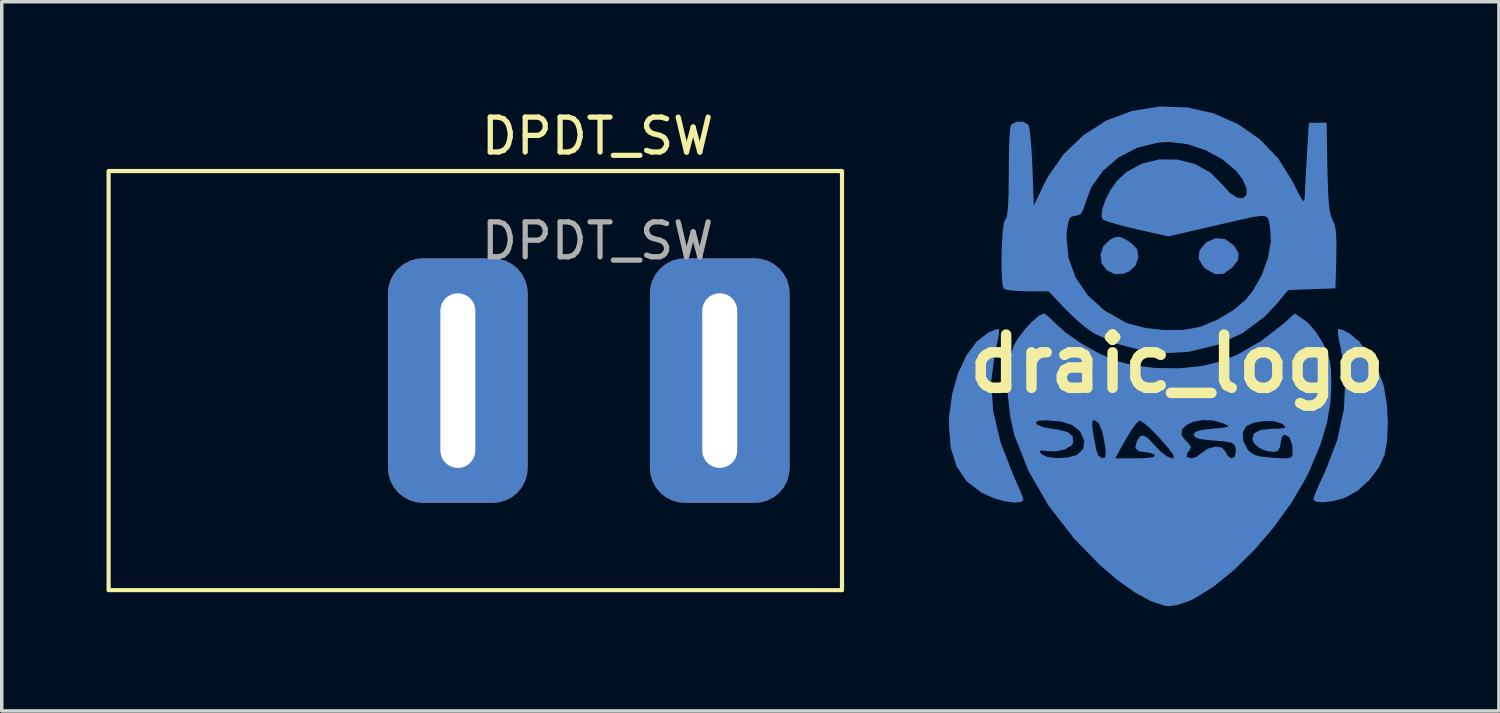
<source format=kicad_pcb>
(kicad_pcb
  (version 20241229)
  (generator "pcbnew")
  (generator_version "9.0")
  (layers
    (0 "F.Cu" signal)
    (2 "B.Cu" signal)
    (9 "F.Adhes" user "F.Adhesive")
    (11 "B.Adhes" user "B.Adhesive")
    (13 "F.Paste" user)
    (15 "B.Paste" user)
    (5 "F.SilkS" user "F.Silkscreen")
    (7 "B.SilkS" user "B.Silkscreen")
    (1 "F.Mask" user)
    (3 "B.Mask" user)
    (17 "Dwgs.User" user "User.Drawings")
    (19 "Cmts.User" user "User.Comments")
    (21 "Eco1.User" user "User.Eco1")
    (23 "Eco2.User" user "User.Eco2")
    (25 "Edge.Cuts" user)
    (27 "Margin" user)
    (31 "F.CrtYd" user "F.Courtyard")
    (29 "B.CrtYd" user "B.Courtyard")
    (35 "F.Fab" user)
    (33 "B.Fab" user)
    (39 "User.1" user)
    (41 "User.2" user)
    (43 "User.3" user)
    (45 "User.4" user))
  (footprint "draic_logo"
    (layer "F.Cu")
    (at 30.491 7.365)
    (property "Reference" "draic_logo" (at 0.167 0 0) (layer "F.SilkS") (effects (font (size 1.524 1.524) (thickness 0.3))))
    (attr board_only exclude_from_pos_files exclude_from_bom)
    (fp_poly (pts (xy 0.991 -3.47) (xy 0.803 -3.243) (xy 0.78 -3.003) (xy 0.921 -2.771) (xy 0.985 -2.715) (xy 1.254 -2.565) (xy 1.496 -2.575) (xy 1.739 -2.748) (xy 1.74 -2.748) (xy 1.909 -2.967) (xy 1.928 -3.161) (xy 1.8 -3.373) (xy 1.799 -3.374) (xy 1.546 -3.566) (xy 1.266 -3.598)) (stroke (width 0) (type solid)) (fill yes) (layer "B.Cu"))
    (fp_poly (pts (xy -1.631 -3.617) (xy -1.757 -3.553) (xy -1.946 -3.369) (xy -2.029 -3.122) (xy -1.998 -2.871) (xy -1.849 -2.675) (xy -1.848 -2.675) (xy -1.61 -2.561) (xy -1.367 -2.578) (xy -1.205 -2.644) (xy -1.03 -2.806) (xy -0.945 -3.038) (xy -0.975 -3.265) (xy -0.991 -3.294) (xy -1.125 -3.434) (xy -1.3 -3.556) (xy -1.479 -3.636)) (stroke (width 0) (type solid)) (fill yes) (layer "B.Cu"))
    (fp_poly (pts (xy -5.032 -0.979) (xy -5.211 -0.908) (xy -5.243 -0.892) (xy -5.58 -0.631) (xy -5.872 -0.232) (xy -6.108 0.275) (xy -6.276 0.861) (xy -6.362 1.496) (xy -6.371 1.751) (xy -6.318 2.408) (xy -6.148 2.946) (xy -5.857 3.372) (xy -5.44 3.691) (xy -5.075 3.854) (xy -4.779 3.937) (xy -4.512 3.974) (xy -4.315 3.965) (xy -4.234 3.906) (xy -4.233 3.901) (xy -4.267 3.792) (xy -4.356 3.572) (xy -4.483 3.284) (xy -4.521 3.2) (xy -4.892 2.247) (xy -5.104 1.341) (xy -5.157 0.483) (xy -5.05 -0.322) (xy -5.039 -0.365) (xy -4.973 -0.657) (xy -4.936 -0.878) (xy -4.935 -0.984) (xy -4.937 -0.986)) (stroke (width 0) (type solid)) (fill yes) (layer "B.Cu"))
    (fp_poly (pts (xy 4.771 -0.989) (xy 4.766 -0.89) (xy 4.799 -0.674) (xy 4.86 -0.402) (xy 4.98 0.419) (xy 4.943 1.283) (xy 4.752 2.175) (xy 4.407 3.081) (xy 4.361 3.179) (xy 4.222 3.479) (xy 4.118 3.724) (xy 4.067 3.871) (xy 4.064 3.888) (xy 4.138 3.953) (xy 4.33 3.969) (xy 4.597 3.939) (xy 4.898 3.864) (xy 4.968 3.841) (xy 5.323 3.644) (xy 5.665 3.335) (xy 5.943 2.967) (xy 6.105 2.611) (xy 6.179 2.183) (xy 6.2 1.666) (xy 6.168 1.132) (xy 6.085 0.652) (xy 6.064 0.572) (xy 5.894 0.137) (xy 5.654 -0.282) (xy 5.378 -0.635) (xy 5.099 -0.872) (xy 5.089 -0.878) (xy 4.902 -0.969) (xy 4.782 -0.995)) (stroke (width 0) (type solid)) (fill yes) (layer "B.Cu"))
    (fp_poly (pts (xy -1.136 -7.237) (xy -1.14 -7.236) (xy -1.864 -6.962) (xy -2.52 -6.544) (xy -3.086 -5.999) (xy -3.541 -5.345) (xy -3.665 -5.104) (xy -3.937 -4.53) (xy -3.979 -5.63) (xy -4 -6.052) (xy -4.027 -6.416) (xy -4.057 -6.687) (xy -4.086 -6.829) (xy -4.09 -6.837) (xy -4.229 -6.926) (xy -4.418 -6.932) (xy -4.572 -6.859) (xy -4.605 -6.809) (xy -4.623 -6.68) (xy -4.639 -6.415) (xy -4.65 -6.049) (xy -4.656 -5.614) (xy -4.657 -5.419) (xy -4.662 -4.869) (xy -4.678 -4.478) (xy -4.707 -4.236) (xy -4.747 -4.134) (xy -4.755 -4.13) (xy -4.794 -4.038) (xy -4.826 -3.818) (xy -4.849 -3.512) (xy -4.862 -3.162) (xy -4.864 -2.808) (xy -4.854 -2.493) (xy -4.832 -2.258) (xy -4.798 -2.146) (xy -4.683 -2.11) (xy -4.449 -2.085) (xy -4.143 -2.073) (xy -4.12 -2.073) (xy -3.514 -2.072) (xy -3.049 -1.578) (xy -2.772 -1.306) (xy -2.48 -1.056) (xy -2.233 -0.879) (xy -2.221 -0.871) (xy -1.566 -0.572) (xy -0.834 -0.379) (xy -0.083 -0.305) (xy 0.516 -0.343) (xy 1.317 -0.541) (xy 2.04 -0.877) (xy 2.666 -1.342) (xy 3.006 -1.7) (xy 3.344 -2.11) (xy 4.022 -2.134) (xy 4.699 -2.159) (xy 4.723 -3.037) (xy 4.729 -3.479) (xy 4.726 -3.521) (xy 2.851 -3.521) (xy 2.768 -3.034) (xy 2.588 -2.538) (xy 2.327 -2.079) (xy 2.129 -1.834) (xy 1.782 -1.54) (xy 1.338 -1.272) (xy 0.866 -1.072) (xy 0.768 -1.042) (xy 0.324 -0.969) (xy -0.2 -0.965) (xy -0.731 -1.023) (xy -1.197 -1.139) (xy -1.31 -1.182) (xy -1.906 -1.519) (xy -2.386 -1.951) (xy -2.737 -2.461) (xy -2.946 -3.029) (xy -3.003 -3.637) (xy -2.988 -3.825) (xy -2.948 -4.073) (xy -2.889 -4.195) (xy -2.785 -4.232) (xy -2.747 -4.233) (xy -2.598 -4.276) (xy -2.513 -4.431) (xy -2.494 -4.508) (xy -2.294 -5.051) (xy -1.958 -5.523) (xy -1.512 -5.907) (xy -0.981 -6.183) (xy -0.39 -6.33) (xy -0.078 -6.35) (xy 0.454 -6.287) (xy 0.984 -6.112) (xy 1.467 -5.849) (xy 1.856 -5.52) (xy 2.033 -5.291) (xy 2.154 -5.019) (xy 2.152 -4.833) (xy 2.054 -4.743) (xy 1.888 -4.756) (xy 1.682 -4.883) (xy 1.482 -5.106) (xy 1.122 -5.472) (xy 0.676 -5.719) (xy 0.177 -5.846) (xy -0.34 -5.851) (xy -0.839 -5.733) (xy -1.287 -5.49) (xy -1.555 -5.24) (xy -1.742 -4.976) (xy -1.889 -4.687) (xy -1.98 -4.416) (xy -1.998 -4.21) (xy -1.965 -4.133) (xy -1.854 -4.082) (xy -1.614 -4.008) (xy -1.285 -3.92) (xy -0.986 -3.849) (xy -0.087 -3.646) (xy 1.163 -3.934) (xy 1.71 -4.061) (xy 2.115 -4.153) (xy 2.399 -4.21) (xy 2.586 -4.233) (xy 2.698 -4.221) (xy 2.758 -4.174) (xy 2.789 -4.094) (xy 2.814 -3.98) (xy 2.821 -3.947) (xy 2.851 -3.521) (xy 4.726 -3.521) (xy 4.713 -3.786) (xy 4.675 -3.99) (xy 4.62 -4.11) (xy 4.566 -4.237) (xy 4.525 -4.446) (xy 4.497 -4.761) (xy 4.478 -5.204) (xy 4.468 -5.603) (xy 4.445 -6.9) (xy 3.937 -6.9) (xy 3.884 -6.011) (xy 3.86 -5.605) (xy 3.84 -5.231) (xy 3.825 -4.941) (xy 3.82 -4.826) (xy 3.81 -4.696) (xy 3.784 -4.656) (xy 3.727 -4.721) (xy 3.626 -4.908) (xy 3.472 -5.219) (xy 3.06 -5.879) (xy 2.531 -6.43) (xy 1.907 -6.863) (xy 1.208 -7.17) (xy 0.454 -7.34) (xy -0.334 -7.365)) (stroke (width 0) (type solid)) (fill yes) (layer "B.Cu"))
    (fp_poly (pts (xy -3.792 -1.375) (xy -3.986 -1.209) (xy -4.197 -0.982) (xy -4.387 -0.733) (xy -4.519 -0.508) (xy -4.63 -0.125) (xy -4.684 0.369) (xy -4.68 0.923) (xy -4.619 1.49) (xy -4.502 2.021) (xy -4.485 2.074) (xy -4.082 3.089) (xy -3.515 4.067) (xy -2.786 5.005) (xy -2.059 5.752) (xy -1.55 6.191) (xy -1.057 6.541) (xy -0.606 6.79) (xy -0.218 6.923) (xy -0.045 6.943) (xy 0.184 6.904) (xy 0.476 6.807) (xy 0.64 6.734) (xy 1.204 6.387) (xy 1.792 5.91) (xy 2.377 5.333) (xy 2.931 4.686) (xy 3.426 4.001) (xy 3.836 3.307) (xy 3.965 3.043) (xy 4.186 2.514) (xy 3.471 2.514) (xy 3.464 2.628) (xy 3.416 2.689) (xy 3.291 2.71) (xy 3.049 2.702) (xy 2.91 2.693) (xy 2.582 2.662) (xy 2.374 2.607) (xy 2.237 2.515) (xy 2.203 2.477) (xy 1.847 2.477) (xy 1.821 2.657) (xy 1.723 2.714) (xy 1.612 2.637) (xy 1.566 2.54) (xy 1.448 2.401) (xy 1.277 2.371) (xy 1.044 2.431) (xy 0.889 2.54) (xy 0.718 2.669) (xy 0.58 2.709) (xy 0.488 2.683) (xy 0.074 2.683) (xy 0.018 2.709) (xy 0.012 2.709) (xy -0.136 2.648) (xy -0.331 2.492) (xy -0.446 2.371) (xy -0.657 2.144) (xy -0.801 2.051) (xy -0.906 2.085) (xy -0.997 2.237) (xy -1.033 2.412) (xy -0.932 2.509) (xy -0.683 2.54) (xy -0.675 2.54) (xy -0.516 2.581) (xy -0.466 2.625) (xy -0.513 2.672) (xy -0.715 2.701) (xy -1.01 2.709) (xy -1.607 2.709) (xy -1.521 2.554) (xy -1.876 2.554) (xy -1.894 2.675) (xy -1.965 2.709) (xy -1.973 2.709) (xy -2.085 2.635) (xy -2.149 2.477) (xy -2.199 2.212) (xy -2.492 2.212) (xy -2.526 2.441) (xy -2.699 2.607) (xy -2.738 2.625) (xy -2.998 2.688) (xy -3.291 2.702) (xy -3.553 2.668) (xy -3.719 2.59) (xy -3.725 2.582) (xy -3.776 2.498) (xy -3.706 2.482) (xy -3.587 2.5) (xy -3.304 2.511) (xy -3.043 2.452) (xy -2.859 2.341) (xy -2.807 2.25) (xy -2.825 2.075) (xy -2.97 1.957) (xy -3.258 1.883) (xy -3.403 1.865) (xy -3.674 1.816) (xy -3.839 1.749) (xy -3.884 1.681) (xy -3.797 1.631) (xy -3.584 1.619) (xy -3.153 1.657) (xy -2.851 1.751) (xy -2.643 1.91) (xy -2.604 1.958) (xy -2.492 2.212) (xy -2.199 2.212) (xy -2.225 2.077) (xy -2.263 1.816) (xy -2.265 1.67) (xy -2.233 1.613) (xy -2.214 1.609) (xy -2.087 1.692) (xy -1.981 1.936) (xy -1.904 2.307) (xy -1.876 2.554) (xy -1.521 2.554) (xy -1.314 2.18) (xy -1.155 1.916) (xy -1.013 1.719) (xy -0.917 1.63) (xy -0.913 1.628) (xy -0.811 1.678) (xy -0.632 1.828) (xy -0.409 2.052) (xy -0.312 2.158) (xy -0.08 2.426) (xy 0.045 2.595) (xy 0.074 2.683) (xy 0.488 2.683) (xy 0.442 2.669) (xy 0.454 2.558) (xy 0.522 2.476) (xy 0.56 2.376) (xy 0.463 2.252) (xy 0.423 2.218) (xy 0.292 2.049) (xy 0.304 1.89) (xy 0.429 1.756) (xy 0.64 1.659) (xy 0.911 1.612) (xy 1.212 1.628) (xy 1.497 1.712) (xy 1.613 1.767) (xy 1.628 1.803) (xy 1.52 1.828) (xy 1.269 1.853) (xy 1.185 1.86) (xy 0.869 1.897) (xy 0.695 1.948) (xy 0.636 2.021) (xy 0.635 2.032) (xy 0.678 2.105) (xy 0.826 2.156) (xy 1.107 2.192) (xy 1.228 2.201) (xy 1.538 2.227) (xy 1.718 2.261) (xy 1.805 2.319) (xy 1.839 2.419) (xy 1.847 2.477) (xy 2.203 2.477) (xy 2.19 2.462) (xy 2.06 2.215) (xy 2.045 1.971) (xy 2.146 1.788) (xy 2.357 1.69) (xy 2.645 1.641) (xy 2.935 1.647) (xy 3.154 1.712) (xy 3.175 1.726) (xy 3.261 1.803) (xy 3.247 1.842) (xy 3.107 1.857) (xy 2.91 1.86) (xy 2.561 1.896) (xy 2.364 1.996) (xy 2.321 2.159) (xy 2.364 2.274) (xy 2.506 2.407) (xy 2.726 2.5) (xy 2.945 2.527) (xy 3.046 2.499) (xy 3.113 2.381) (xy 3.133 2.239) (xy 3.174 2.077) (xy 3.251 2.032) (xy 3.384 2.11) (xy 3.459 2.328) (xy 3.471 2.514) (xy 4.186 2.514) (xy 4.261 2.336) (xy 4.454 1.704) (xy 4.556 1.101) (xy 4.581 0.571) (xy 4.571 0.185) (xy 4.533 -0.098) (xy 4.454 -0.347) (xy 4.341 -0.588) (xy 4.152 -0.894) (xy 3.934 -1.149) (xy 3.818 -1.246) (xy 3.533 -1.438) (xy 3.208 -1.145) (xy 2.582 -0.658) (xy 1.899 -0.265) (xy 1.439 -0.073) (xy 0.879 0.064) (xy 0.229 0.13) (xy -0.448 0.124) (xy -1.089 0.047) (xy -1.54 -0.07) (xy -2.053 -0.286) (xy -2.57 -0.574) (xy -3.031 -0.896) (xy -3.339 -1.174) (xy -3.506 -1.337) (xy -3.629 -1.431) (xy -3.654 -1.439)) (stroke (width 0) (type solid)) (fill yes) (layer "B.Cu")))
  (footprint "DPDT_SW"
    (layer "F.Cu")
    (at 10.06 7.848)
    (property "Reference" "DPDT_SW" (at 4 -7 0) (unlocked yes) (layer "F.SilkS") (effects (font (size 1 1) (thickness 0.15))))
    (attr through_hole)
    (fp_rect (start -10 -6) (end 11 6) (stroke (width 0.12) (type solid)) (fill no) (layer "F.SilkS"))
    (fp_text user "${REFERENCE}" (at 4 -4 0) (unlocked yes) (layer "F.Fab") (effects (font (size 1 1) (thickness 0.15))))
    (pad "1" thru_hole roundrect (at 0 0) (size 4 7) (drill oval 1 5) (layers "*.Cu" "*.Mask") (roundrect_rratio 0.25))
    (pad "2" thru_hole roundrect (at 7.5 0) (size 4 7) (drill oval 1 5) (layers "*.Cu" "*.Mask") (roundrect_rratio 0.25)))
  (gr_rect
    (start -3 -3)
    (end 39.87 17.308)
    (stroke (width 0.1) (type default))
    (fill no)
    (layer "Edge.Cuts")))
</source>
